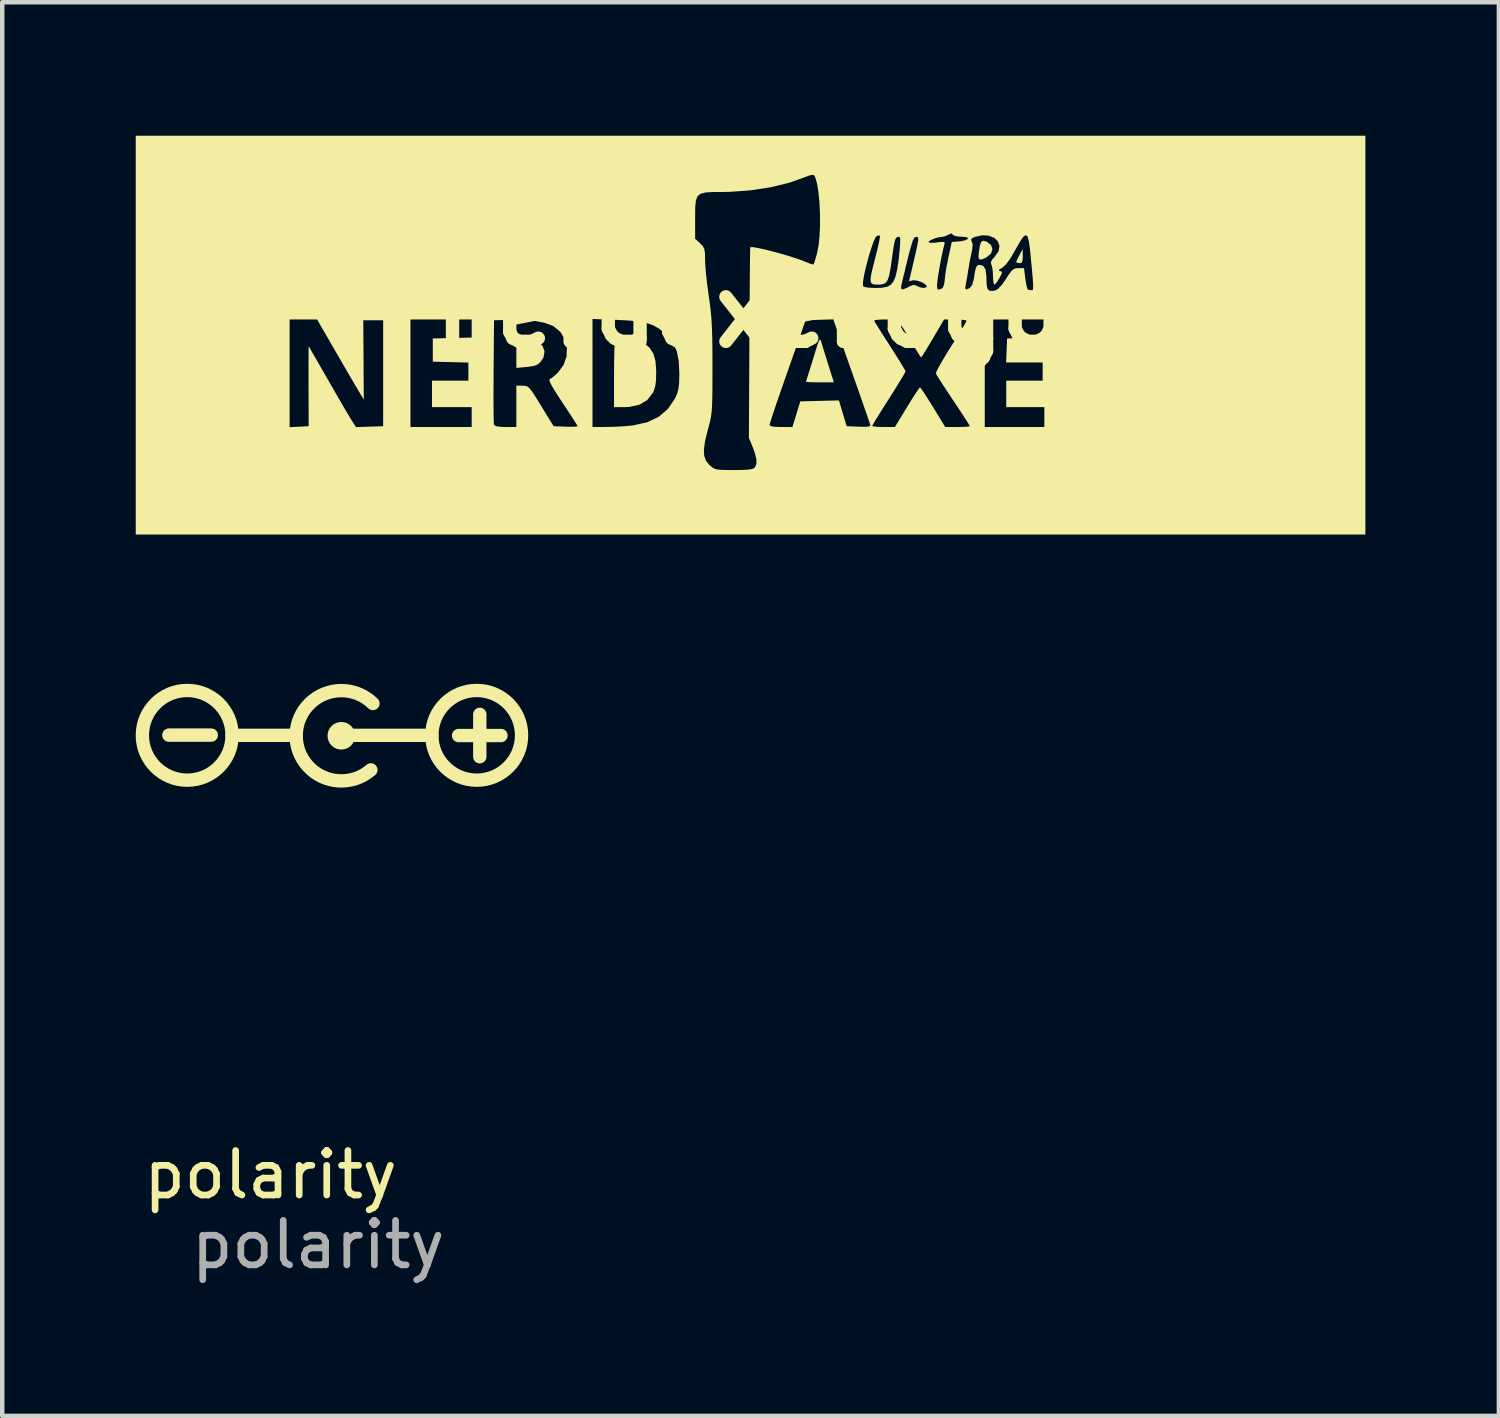
<source format=kicad_pcb>
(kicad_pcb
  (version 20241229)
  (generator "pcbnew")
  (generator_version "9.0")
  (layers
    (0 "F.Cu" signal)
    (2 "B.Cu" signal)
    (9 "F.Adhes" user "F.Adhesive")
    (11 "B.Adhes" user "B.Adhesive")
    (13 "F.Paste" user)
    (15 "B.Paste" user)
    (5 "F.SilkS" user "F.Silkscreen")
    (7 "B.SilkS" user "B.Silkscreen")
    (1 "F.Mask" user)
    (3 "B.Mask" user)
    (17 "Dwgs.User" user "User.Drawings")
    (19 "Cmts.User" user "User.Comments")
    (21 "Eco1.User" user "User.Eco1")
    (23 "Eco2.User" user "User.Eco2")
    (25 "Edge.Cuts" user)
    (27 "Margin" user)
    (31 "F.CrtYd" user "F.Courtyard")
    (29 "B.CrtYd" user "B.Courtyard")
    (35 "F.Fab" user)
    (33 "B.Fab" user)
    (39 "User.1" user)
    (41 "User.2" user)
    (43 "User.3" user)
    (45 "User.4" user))
  (footprint "polarity"
    (layer "F.Cu")
    (at 4.625 13.473)
    (property "Reference" "polarity" (at -1.595 9.875 0) (unlocked yes) (layer "F.SilkS") (effects (font (size 1 1) (thickness 0.15))))
    (attr smd)
    (fp_line (start -1.019 0) (end -2.46 0) (stroke (width 0.3) (type default)) (layer "F.SilkS"))
    (fp_line (start 0 0) (end 2.03 0) (stroke (width 0.3) (type default)) (layer "F.SilkS"))
    (fp_arc (start 0.659031 0.777324) (mid -1.01927 -0.021246) (end 0.705 -0.715) (stroke (width 0.3) (type default)) (layer "F.SilkS"))
    (fp_circle (center -3.468 0) (end -2.46 0) (stroke (width 0.3) (type solid)) (fill no) (layer "F.SilkS"))
    (fp_circle (center -0.005 0.01) (end 0.245 0.01) (stroke (width 0.12) (type solid)) (fill yes) (layer "F.SilkS"))
    (fp_circle (center 3.037 0) (end 4.045 0) (stroke (width 0.3) (type solid)) (fill no) (layer "F.SilkS"))
    (fp_text user "-" (at -4.375 0.64 0) (unlocked yes) (layer "F.SilkS") (effects (font (size 1.25 1.25) (thickness 0.3)) (justify left bottom)))
    (fp_text user "+" (at 2.135 0.65 0) (unlocked yes) (layer "F.SilkS") (effects (font (size 1.25 1.25) (thickness 0.3)) (justify left bottom)))
    (fp_text user "${REFERENCE}" (at -0.525 11.445 0) (unlocked yes) (layer "F.Fab") (effects (font (size 1 1) (thickness 0.15)))))
  (footprint "nerdaxeLogo"
    (layer "F.Cu")
    (at 13.797 3.942)
    (property "Reference" "nerdaxeLogo" (at 0 0 0) (layer "F.SilkS") (effects (font (size 1.5 1.5) (thickness 0.3))))
    (attr board_only exclude_from_pos_files exclude_from_bom)
    (fp_poly (pts (xy 6.135 -1.237) (xy 6.13 -1.136) (xy 6.109 -1.089) (xy 6.062 -1.078) (xy 6.002 -1.09) (xy 5.989 -1.106) (xy 6.006 -1.154) (xy 6.048 -1.238) (xy 6.062 -1.264) (xy 6.133 -1.395)) (stroke (width 0) (type solid)) (fill yes) (layer "F.SilkS"))
    (fp_poly (pts (xy 5.317 -1.564) (xy 5.329 -1.559) (xy 5.423 -1.485) (xy 5.453 -1.392) (xy 5.421 -1.295) (xy 5.325 -1.213) (xy 5.315 -1.207) (xy 5.213 -1.161) (xy 5.158 -1.162) (xy 5.14 -1.218) (xy 5.15 -1.337) (xy 5.151 -1.348) (xy 5.174 -1.486) (xy 5.203 -1.561) (xy 5.248 -1.583)) (stroke (width 0) (type solid)) (fill yes) (layer "F.SilkS"))
    (fp_poly (pts (xy -5.017 0.61) (xy -4.91 0.63) (xy -4.756 0.688) (xy -4.655 0.783) (xy -4.611 0.902) (xy -4.632 1.033) (xy -4.696 1.135) (xy -4.76 1.194) (xy -4.842 1.229) (xy -4.968 1.249) (xy -5.012 1.254) (xy -5.244 1.275) (xy -5.244 0.935) (xy -5.243 0.767) (xy -5.232 0.661) (xy -5.199 0.607) (xy -5.132 0.594)) (stroke (width 0) (type solid)) (fill yes) (layer "F.SilkS"))
    (fp_poly (pts (xy 1.593 0.65) (xy 1.6 0.669) (xy 1.621 0.741) (xy 1.66 0.866) (xy 1.709 1.025) (xy 1.758 1.181) (xy 1.89 1.599) (xy 1.577 1.599) (xy 1.435 1.598) (xy 1.327 1.594) (xy 1.269 1.589) (xy 1.264 1.587) (xy 1.275 1.548) (xy 1.302 1.462) (xy 1.318 1.411) (xy 1.354 1.299) (xy 1.402 1.143) (xy 1.455 0.972) (xy 1.473 0.911) (xy 1.521 0.758) (xy 1.554 0.669) (xy 1.577 0.636)) (stroke (width 0) (type solid)) (fill yes) (layer "F.SilkS"))
    (fp_poly (pts (xy -2.815 0.602) (xy -2.672 0.623) (xy -2.531 0.656) (xy -2.415 0.696) (xy -2.374 0.719) (xy -2.248 0.826) (xy -2.165 0.955) (xy -2.118 1.121) (xy -2.102 1.34) (xy -2.102 1.376) (xy -2.106 1.553) (xy -2.122 1.68) (xy -2.153 1.782) (xy -2.184 1.846) (xy -2.307 2.001) (xy -2.482 2.103) (xy -2.708 2.152) (xy -2.82 2.157) (xy -3.049 2.157) (xy -3.049 1.397) (xy -3.047 1.095) (xy -3.041 0.866) (xy -3.031 0.709) (xy -3.017 0.626) (xy -3.009 0.612) (xy -2.935 0.597)) (stroke (width 0) (type solid)) (fill yes) (layer "F.SilkS"))
    (fp_poly (pts (xy 13.834 0.539) (xy 13.834 5.02) (xy 0.019 5.02) (xy -13.797 5.02) (xy -13.797 0.539) (xy -13.797 0.186) (xy -10.339 0.186) (xy -10.339 1.396) (xy -10.339 2.607) (xy -10.125 2.596) (xy -9.911 2.585) (xy -9.914 1.683) (xy -9.914 1.433) (xy -9.914 1.211) (xy -9.914 1.026) (xy -9.913 0.888) (xy -9.911 0.807) (xy -9.91 0.79) (xy -9.89 0.824) (xy -9.839 0.913) (xy -9.761 1.048) (xy -9.661 1.221) (xy -9.546 1.422) (xy -9.466 1.562) (xy -9.337 1.786) (xy -9.215 1.997) (xy -9.107 2.183) (xy -9.019 2.332) (xy -8.958 2.434) (xy -8.938 2.465) (xy -8.848 2.606) (xy -8.543 2.595) (xy -8.237 2.585) (xy -8.237 1.395) (xy -8.237 0.205) (xy -8.46 0.205) (xy -8.684 0.205) (xy -8.678 1.095) (xy -8.673 1.986) (xy -8.762 1.839) (xy -8.806 1.764) (xy -8.881 1.637) (xy -8.98 1.468) (xy -9.096 1.269) (xy -9.222 1.051) (xy -9.287 0.939) (xy -9.722 0.186) (xy -7.624 0.186) (xy -7.624 1.395) (xy -7.624 2.603) (xy -6.936 2.603) (xy -6.248 2.603) (xy -6.248 2.38) (xy -6.248 2.157) (xy -6.694 2.157) (xy -7.14 2.157) (xy -7.14 1.908) (xy -5.758 1.908) (xy -5.757 2.139) (xy -5.756 2.329) (xy -5.753 2.467) (xy -5.749 2.544) (xy -5.747 2.556) (xy -5.697 2.586) (xy -5.574 2.601) (xy -5.487 2.603) (xy -5.244 2.603) (xy -5.244 2.138) (xy -5.244 1.673) (xy -5.104 1.675) (xy -5.048 1.677) (xy -5.003 1.69) (xy -4.958 1.723) (xy -4.906 1.785) (xy -4.837 1.887) (xy -4.743 2.038) (xy -4.686 2.131) (xy -4.407 2.585) (xy -4.137 2.596) (xy -4.007 2.598) (xy -3.911 2.595) (xy -3.868 2.587) (xy -3.868 2.585) (xy -3.887 2.549) (xy -3.942 2.461) (xy -4.024 2.334) (xy -4.127 2.177) (xy -4.208 2.056) (xy -4.344 1.848) (xy -4.437 1.696) (xy -4.49 1.595) (xy -4.504 1.541) (xy -4.496 1.53) (xy -4.441 1.495) (xy -4.358 1.426) (xy -4.308 1.378) (xy -4.183 1.209) (xy -4.117 1.018) (xy -4.108 0.821) (xy -4.154 0.633) (xy -4.254 0.468) (xy -4.405 0.341) (xy -4.432 0.327) (xy -4.616 0.26) (xy -4.86 0.215) (xy -5.152 0.193) (xy -5.393 0.194) (xy -5.746 0.205) (xy -5.756 1.357) (xy -5.757 1.644) (xy -5.758 1.908) (xy -7.14 1.908) (xy -7.14 1.859) (xy -7.14 1.562) (xy -6.731 1.562) (xy -6.322 1.562) (xy -6.322 1.359) (xy -6.322 1.155) (xy -6.722 1.145) (xy -7.122 1.134) (xy -7.122 0.874) (xy -7.122 0.614) (xy -6.685 0.603) (xy -6.248 0.593) (xy -6.248 0.389) (xy -6.248 0.186) (xy -6.936 0.186) (xy -7.624 0.186) (xy -9.722 0.186) (xy -10.03 0.186) (xy -10.339 0.186) (xy -13.797 0.186) (xy -13.797 0.175) (xy -3.533 0.175) (xy -3.533 1.389) (xy -3.533 2.603) (xy -3.208 2.602) (xy -3.014 2.597) (xy -2.808 2.585) (xy -2.631 2.568) (xy -2.615 2.566) (xy -2.306 2.497) (xy -2.048 2.375) (xy -1.842 2.2) (xy -1.684 1.97) (xy -1.668 1.939) (xy -1.627 1.841) (xy -1.601 1.739) (xy -1.587 1.611) (xy -1.582 1.434) (xy -1.582 1.395) (xy -1.596 1.117) (xy -1.642 0.893) (xy -1.728 0.707) (xy -1.858 0.545) (xy -1.922 0.485) (xy -2.041 0.391) (xy -2.163 0.321) (xy -2.304 0.27) (xy -2.477 0.235) (xy -2.695 0.212) (xy -2.974 0.197) (xy -2.984 0.196) (xy -3.533 0.175) (xy -13.797 0.175) (xy -13.797 -2.129) (xy -1.227 -2.129) (xy -1.227 -2.079) (xy -1.227 -1.629) (xy -1.116 -1.525) (xy -1.057 -1.464) (xy -1.023 -1.404) (xy -1.008 -1.321) (xy -1.004 -1.192) (xy -1.004 -1.156) (xy -0.998 -1.021) (xy -0.982 -0.834) (xy -0.958 -0.618) (xy -0.929 -0.397) (xy -0.921 -0.344) (xy -0.895 -0.161) (xy -0.875 0.009) (xy -0.86 0.18) (xy -0.85 0.367) (xy -0.843 0.582) (xy -0.839 0.841) (xy -0.838 1.157) (xy -0.838 1.246) (xy -0.838 1.552) (xy -0.839 1.795) (xy -0.842 1.986) (xy -0.847 2.137) (xy -0.856 2.258) (xy -0.869 2.36) (xy -0.887 2.455) (xy -0.911 2.555) (xy -0.942 2.669) (xy -0.944 2.675) (xy -1.003 2.916) (xy -1.03 3.103) (xy -1.024 3.246) (xy -0.985 3.358) (xy -0.912 3.451) (xy -0.894 3.468) (xy -0.841 3.512) (xy -0.789 3.541) (xy -0.722 3.559) (xy -0.624 3.567) (xy -0.478 3.57) (xy -0.357 3.57) (xy -0.162 3.568) (xy -0.028 3.56) (xy 0.056 3.546) (xy 0.103 3.523) (xy 0.112 3.514) (xy 0.151 3.432) (xy 0.149 3.318) (xy 0.106 3.161) (xy 0.07 3.064) (xy -0.019 2.845) (xy -0.017 2.553) (xy 0.446 2.553) (xy 0.468 2.581) (xy 0.539 2.597) (xy 0.671 2.603) (xy 0.703 2.603) (xy 0.959 2.603) (xy 1.048 2.315) (xy 1.136 2.027) (xy 1.57 2.016) (xy 2.004 2.006) (xy 2.091 2.295) (xy 2.178 2.585) (xy 2.449 2.596) (xy 2.593 2.599) (xy 2.675 2.592) (xy 2.697 2.58) (xy 2.752 2.58) (xy 2.786 2.591) (xy 2.875 2.6) (xy 3.001 2.603) (xy 3.007 2.603) (xy 3.262 2.603) (xy 3.533 2.157) (xy 3.632 1.996) (xy 3.718 1.862) (xy 3.783 1.764) (xy 3.821 1.715) (xy 3.826 1.712) (xy 3.853 1.742) (xy 3.91 1.825) (xy 3.99 1.949) (xy 4.086 2.102) (xy 4.121 2.158) (xy 4.392 2.603) (xy 4.669 2.603) (xy 4.802 2.601) (xy 4.9 2.594) (xy 4.945 2.585) (xy 4.946 2.584) (xy 4.926 2.548) (xy 4.872 2.461) (xy 4.789 2.332) (xy 4.684 2.173) (xy 4.572 2.005) (xy 4.451 1.823) (xy 4.345 1.661) (xy 4.26 1.53) (xy 4.203 1.439) (xy 4.182 1.402) (xy 4.196 1.357) (xy 4.244 1.262) (xy 4.321 1.126) (xy 4.419 0.96) (xy 4.518 0.802) (xy 4.633 0.62) (xy 4.731 0.46) (xy 4.808 0.332) (xy 4.857 0.247) (xy 4.872 0.216) (xy 4.838 0.201) (xy 4.748 0.19) (xy 4.623 0.186) (xy 4.619 0.186) (xy 5.281 0.186) (xy 5.281 1.395) (xy 5.281 2.603) (xy 5.95 2.603) (xy 6.62 2.603) (xy 6.62 2.38) (xy 6.62 2.157) (xy 6.192 2.157) (xy 5.764 2.157) (xy 5.764 1.859) (xy 5.764 1.562) (xy 6.173 1.562) (xy 6.582 1.562) (xy 6.582 1.357) (xy 6.582 1.153) (xy 6.172 1.153) (xy 5.761 1.153) (xy 5.772 0.883) (xy 5.783 0.614) (xy 6.201 0.603) (xy 6.62 0.593) (xy 6.62 0.389) (xy 6.62 0.186) (xy 5.95 0.186) (xy 5.281 0.186) (xy 4.619 0.186) (xy 4.367 0.186) (xy 4.115 0.614) (xy 4.022 0.771) (xy 3.942 0.902) (xy 3.884 0.996) (xy 3.854 1.039) (xy 3.851 1.041) (xy 3.829 1.011) (xy 3.777 0.93) (xy 3.704 0.81) (xy 3.625 0.679) (xy 3.515 0.492) (xy 3.432 0.36) (xy 3.365 0.272) (xy 3.305 0.221) (xy 3.239 0.195) (xy 3.156 0.187) (xy 3.046 0.186) (xy 3.041 0.186) (xy 2.915 0.19) (xy 2.828 0.2) (xy 2.795 0.215) (xy 2.795 0.216) (xy 2.819 0.256) (xy 2.876 0.348) (xy 2.959 0.48) (xy 3.062 0.642) (xy 3.153 0.783) (xy 3.266 0.961) (xy 3.365 1.118) (xy 3.441 1.242) (xy 3.488 1.324) (xy 3.501 1.351) (xy 3.483 1.39) (xy 3.43 1.482) (xy 3.35 1.615) (xy 3.247 1.78) (xy 3.129 1.966) (xy 3.128 1.968) (xy 3.01 2.154) (xy 2.907 2.318) (xy 2.825 2.451) (xy 2.772 2.541) (xy 2.752 2.579) (xy 2.752 2.58) (xy 2.697 2.58) (xy 2.707 2.574) (xy 2.709 2.555) (xy 2.694 2.509) (xy 2.657 2.401) (xy 2.601 2.24) (xy 2.53 2.036) (xy 2.446 1.795) (xy 2.352 1.528) (xy 2.287 1.344) (xy 1.878 0.184) (xy 1.566 0.194) (xy 1.255 0.205) (xy 0.851 1.354) (xy 0.753 1.632) (xy 0.664 1.889) (xy 0.586 2.117) (xy 0.523 2.305) (xy 0.477 2.447) (xy 0.451 2.532) (xy 0.446 2.553) (xy -0.017 2.553) (xy -0.008 0.708) (xy -0.006 0.317) (xy -0.004 -0.051) (xy -0.001 -0.39) (xy -0.000363 -0.502) (xy 3.402 -0.502) (xy 3.444 -0.488) (xy 3.536 -0.526) (xy 3.574 -0.548) (xy 3.661 -0.588) (xy 3.725 -0.583) (xy 3.756 -0.566) (xy 3.84 -0.531) (xy 3.921 -0.522) (xy 3.973 -0.54) (xy 3.979 -0.557) (xy 3.947 -0.603) (xy 3.869 -0.649) (xy 3.772 -0.684) (xy 3.684 -0.695) (xy 3.664 -0.692) (xy 3.58 -0.671) (xy 3.686 -1.126) (xy 3.735 -1.337) (xy 3.767 -1.487) (xy 3.779 -1.557) (xy 4.016 -1.557) (xy 4.051 -1.536) (xy 4.154 -1.538) (xy 4.206 -1.544) (xy 4.316 -1.557) (xy 4.369 -1.553) (xy 4.381 -1.528) (xy 4.374 -1.501) (xy 4.347 -1.394) (xy 4.313 -1.238) (xy 4.278 -1.057) (xy 4.246 -0.877) (xy 4.223 -0.722) (xy 4.22 -0.697) (xy 4.208 -0.575) (xy 4.213 -0.509) (xy 4.235 -0.485) (xy 4.249 -0.483) (xy 4.32 -0.51) (xy 4.325 -0.515) (xy 4.842 -0.515) (xy 4.863 -0.487) (xy 4.928 -0.511) (xy 4.944 -0.52) (xy 4.999 -0.589) (xy 5.035 -0.723) (xy 5.037 -0.733) (xy 5.061 -0.887) (xy 5.085 -0.98) (xy 5.115 -1.027) (xy 5.156 -1.041) (xy 5.164 -1.041) (xy 5.248 -1.017) (xy 5.298 -0.938) (xy 5.317 -0.797) (xy 5.318 -0.758) (xy 5.323 -0.598) (xy 5.343 -0.501) (xy 5.386 -0.457) (xy 5.46 -0.454) (xy 5.53 -0.469) (xy 5.593 -0.513) (xy 5.677 -0.607) (xy 5.761 -0.729) (xy 5.841 -0.852) (xy 5.9 -0.923) (xy 5.954 -0.957) (xy 6.017 -0.967) (xy 6.036 -0.967) (xy 6.162 -0.967) (xy 6.195 -0.716) (xy 6.217 -0.581) (xy 6.239 -0.504) (xy 6.269 -0.471) (xy 6.304 -0.465) (xy 6.331 -0.464) (xy 6.351 -0.47) (xy 6.364 -0.49) (xy 6.369 -0.536) (xy 6.367 -0.616) (xy 6.358 -0.74) (xy 6.343 -0.919) (xy 6.32 -1.161) (xy 6.318 -1.181) (xy 6.294 -1.419) (xy 6.269 -1.585) (xy 6.24 -1.681) (xy 6.201 -1.709) (xy 6.149 -1.673) (xy 6.079 -1.573) (xy 5.988 -1.413) (xy 5.966 -1.372) (xy 5.853 -1.179) (xy 5.759 -1.05) (xy 5.678 -0.978) (xy 5.671 -0.975) (xy 5.604 -0.933) (xy 5.599 -0.91) (xy 5.626 -0.901) (xy 5.663 -0.887) (xy 5.666 -0.854) (xy 5.634 -0.785) (xy 5.609 -0.741) (xy 5.554 -0.653) (xy 5.509 -0.601) (xy 5.497 -0.595) (xy 5.48 -0.629) (xy 5.469 -0.714) (xy 5.467 -0.783) (xy 5.46 -0.908) (xy 5.442 -1.009) (xy 5.43 -1.041) (xy 5.417 -1.098) (xy 5.449 -1.161) (xy 5.504 -1.222) (xy 5.591 -1.345) (xy 5.612 -1.463) (xy 5.577 -1.567) (xy 5.494 -1.648) (xy 5.371 -1.697) (xy 5.219 -1.705) (xy 5.065 -1.67) (xy 4.989 -1.636) (xy 4.974 -1.599) (xy 4.989 -1.566) (xy 5.01 -1.493) (xy 4.998 -1.378) (xy 4.985 -1.318) (xy 4.952 -1.166) (xy 4.922 -0.997) (xy 4.911 -0.93) (xy 4.889 -0.789) (xy 4.866 -0.657) (xy 4.855 -0.604) (xy 4.842 -0.515) (xy 4.325 -0.515) (xy 4.34 -0.53) (xy 4.365 -0.595) (xy 4.382 -0.699) (xy 4.384 -0.725) (xy 4.395 -0.83) (xy 4.42 -0.981) (xy 4.452 -1.149) (xy 4.464 -1.207) (xy 4.496 -1.354) (xy 4.521 -1.47) (xy 4.535 -1.539) (xy 4.537 -1.551) (xy 4.569 -1.559) (xy 4.639 -1.562) (xy 4.762 -1.573) (xy 4.859 -1.598) (xy 4.907 -1.632) (xy 4.909 -1.641) (xy 4.876 -1.66) (xy 4.792 -1.672) (xy 4.745 -1.673) (xy 4.633 -1.684) (xy 4.57 -1.71) (xy 4.564 -1.72) (xy 4.537 -1.748) (xy 4.481 -1.727) (xy 4.468 -1.72) (xy 4.388 -1.683) (xy 4.342 -1.673) (xy 4.255 -1.662) (xy 4.154 -1.633) (xy 4.067 -1.598) (xy 4.019 -1.564) (xy 4.016 -1.557) (xy 3.779 -1.557) (xy 3.784 -1.584) (xy 3.786 -1.641) (xy 3.774 -1.666) (xy 3.748 -1.67) (xy 3.729 -1.667) (xy 3.71 -1.659) (xy 3.691 -1.639) (xy 3.67 -1.599) (xy 3.646 -1.531) (xy 3.616 -1.428) (xy 3.577 -1.282) (xy 3.528 -1.085) (xy 3.466 -0.83) (xy 3.403 -0.567) (xy 3.402 -0.502) (xy -0.000363 -0.502) (xy 0.001 -0.618) (xy 2.541 -0.618) (xy 2.547 -0.559) (xy 2.547 -0.559) (xy 2.593 -0.54) (xy 2.693 -0.526) (xy 2.823 -0.521) (xy 2.824 -0.521) (xy 2.981 -0.527) (xy 3.087 -0.548) (xy 3.164 -0.59) (xy 3.17 -0.594) (xy 3.228 -0.663) (xy 3.275 -0.775) (xy 3.314 -0.937) (xy 3.347 -1.159) (xy 3.37 -1.389) (xy 3.381 -1.535) (xy 3.382 -1.62) (xy 3.372 -1.661) (xy 3.346 -1.67) (xy 3.326 -1.668) (xy 3.296 -1.653) (xy 3.271 -1.613) (xy 3.25 -1.538) (xy 3.228 -1.414) (xy 3.202 -1.232) (xy 3.194 -1.174) (xy 3.163 -0.954) (xy 3.133 -0.798) (xy 3.097 -0.694) (xy 3.05 -0.633) (xy 2.987 -0.604) (xy 2.901 -0.596) (xy 2.884 -0.596) (xy 2.803 -0.599) (xy 2.748 -0.614) (xy 2.719 -0.652) (xy 2.714 -0.724) (xy 2.732 -0.839) (xy 2.772 -1.008) (xy 2.812 -1.166) (xy 2.859 -1.351) (xy 2.895 -1.508) (xy 2.92 -1.625) (xy 2.929 -1.688) (xy 2.928 -1.696) (xy 2.884 -1.699) (xy 2.854 -1.69) (xy 2.82 -1.646) (xy 2.776 -1.544) (xy 2.726 -1.401) (xy 2.675 -1.233) (xy 2.627 -1.055) (xy 2.585 -0.882) (xy 2.556 -0.732) (xy 2.541 -0.618) (xy 0.001 -0.618) (xy 0.001 -0.693) (xy 0.003 -0.953) (xy 0.006 -1.164) (xy 0.008 -1.319) (xy 0.01 -1.412) (xy 0.011 -1.437) (xy 0.058 -1.44) (xy 0.162 -1.424) (xy 0.309 -1.393) (xy 0.484 -1.35) (xy 0.674 -1.299) (xy 0.863 -1.244) (xy 1.04 -1.188) (xy 1.188 -1.135) (xy 1.258 -1.106) (xy 1.355 -1.067) (xy 1.42 -1.049) (xy 1.434 -1.049) (xy 1.45 -1.09) (xy 1.479 -1.182) (xy 1.513 -1.304) (xy 1.547 -1.478) (xy 1.569 -1.695) (xy 1.579 -1.937) (xy 1.578 -2.191) (xy 1.567 -2.439) (xy 1.545 -2.668) (xy 1.514 -2.86) (xy 1.474 -3.002) (xy 1.453 -3.046) (xy 1.414 -3.065) (xy 1.333 -3.047) (xy 1.256 -3.017) (xy 0.886 -2.885) (xy 0.464 -2.783) (xy 0.011 -2.714) (xy -0.455 -2.681) (xy -0.604 -2.678) (xy -0.833 -2.677) (xy -0.997 -2.667) (xy -1.108 -2.637) (xy -1.176 -2.579) (xy -1.211 -2.482) (xy -1.225 -2.335) (xy -1.227 -2.129) (xy -13.797 -2.129) (xy -13.797 -3.942) (xy 0.019 -3.942) (xy 13.834 -3.942)) (stroke (width 0) (type solid)) (fill yes) (layer "F.SilkS")))
  (gr_rect
    (start -3 -3)
    (end 30.631 28.766)
    (stroke (width 0.1) (type default))
    (fill no)
    (layer "Edge.Cuts")))
</source>
